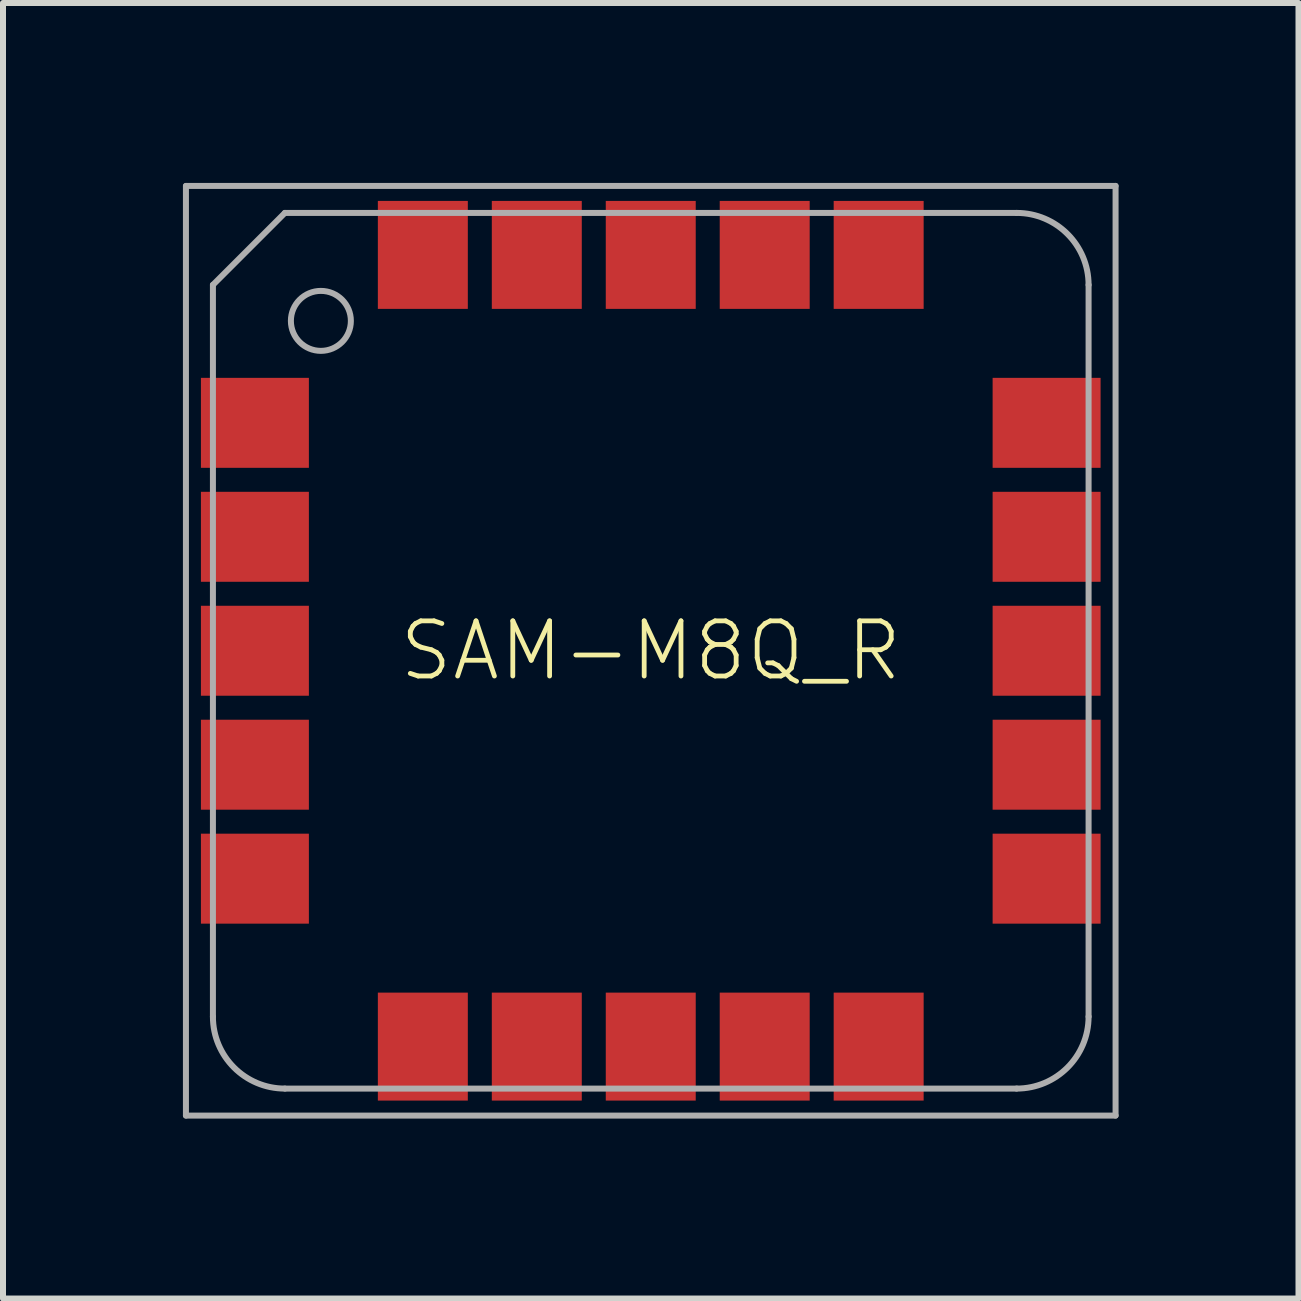
<source format=kicad_pcb>
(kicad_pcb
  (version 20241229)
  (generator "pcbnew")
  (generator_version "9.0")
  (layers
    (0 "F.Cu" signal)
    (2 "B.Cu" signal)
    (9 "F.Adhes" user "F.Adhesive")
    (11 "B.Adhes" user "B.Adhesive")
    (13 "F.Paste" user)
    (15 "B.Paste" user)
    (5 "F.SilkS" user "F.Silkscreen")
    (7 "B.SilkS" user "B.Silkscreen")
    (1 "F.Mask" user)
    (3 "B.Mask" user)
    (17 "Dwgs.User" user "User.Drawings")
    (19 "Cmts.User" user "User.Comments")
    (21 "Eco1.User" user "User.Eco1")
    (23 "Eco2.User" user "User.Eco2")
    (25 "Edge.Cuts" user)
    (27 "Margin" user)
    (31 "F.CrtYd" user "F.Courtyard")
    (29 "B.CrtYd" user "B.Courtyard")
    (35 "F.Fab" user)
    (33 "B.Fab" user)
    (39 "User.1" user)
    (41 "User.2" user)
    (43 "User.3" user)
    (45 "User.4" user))
  (footprint "SAM-M8Q_R"
    (layer "F.Cu")
    (at 7.8 7.8)
    (property "Reference" "SAM-M8Q_R" (at 0 0 0) (unlocked yes) (layer "F.SilkS") (effects (font (size 0.92 0.92) (thickness 0.08))))
    (fp_poly (pts (xy -6.74 -3.94) (xy -7.46 -3.94) (xy -7.46 -4.52) (xy -6.74 -4.52)) (stroke (width 0) (type default)) (fill yes) (layer "F.Paste"))
    (fp_poly (pts (xy -6.74 -3.08) (xy -7.46 -3.08) (xy -7.46 -3.66) (xy -6.74 -3.66)) (stroke (width 0) (type default)) (fill yes) (layer "F.Paste"))
    (fp_poly (pts (xy -6.74 -2.04) (xy -7.46 -2.04) (xy -7.46 -2.62) (xy -6.74 -2.62)) (stroke (width 0) (type default)) (fill yes) (layer "F.Paste"))
    (fp_poly (pts (xy -6.74 -1.18) (xy -7.46 -1.18) (xy -7.46 -1.76) (xy -6.74 -1.76)) (stroke (width 0) (type default)) (fill yes) (layer "F.Paste"))
    (fp_poly (pts (xy -6.74 -0.14) (xy -7.46 -0.14) (xy -7.46 -0.72) (xy -6.74 -0.72)) (stroke (width 0) (type default)) (fill yes) (layer "F.Paste"))
    (fp_poly (pts (xy -6.74 0.72) (xy -7.46 0.72) (xy -7.46 0.14) (xy -6.74 0.14)) (stroke (width 0) (type default)) (fill yes) (layer "F.Paste"))
    (fp_poly (pts (xy -6.74 1.76) (xy -7.46 1.76) (xy -7.46 1.18) (xy -6.74 1.18)) (stroke (width 0) (type default)) (fill yes) (layer "F.Paste"))
    (fp_poly (pts (xy -6.74 2.62) (xy -7.46 2.62) (xy -7.46 2.04) (xy -6.74 2.04)) (stroke (width 0) (type default)) (fill yes) (layer "F.Paste"))
    (fp_poly (pts (xy -6.74 3.66) (xy -7.46 3.66) (xy -7.46 3.08) (xy -6.74 3.08)) (stroke (width 0) (type default)) (fill yes) (layer "F.Paste"))
    (fp_poly (pts (xy -6.74 4.52) (xy -7.46 4.52) (xy -7.46 3.94) (xy -6.74 3.94)) (stroke (width 0) (type default)) (fill yes) (layer "F.Paste"))
    (fp_poly (pts (xy -5.74 -3.94) (xy -6.46 -3.94) (xy -6.46 -4.52) (xy -5.74 -4.52)) (stroke (width 0) (type default)) (fill yes) (layer "F.Paste"))
    (fp_poly (pts (xy -5.74 -3.08) (xy -6.46 -3.08) (xy -6.46 -3.66) (xy -5.74 -3.66)) (stroke (width 0) (type default)) (fill yes) (layer "F.Paste"))
    (fp_poly (pts (xy -5.74 -2.04) (xy -6.46 -2.04) (xy -6.46 -2.62) (xy -5.74 -2.62)) (stroke (width 0) (type default)) (fill yes) (layer "F.Paste"))
    (fp_poly (pts (xy -5.74 -1.18) (xy -6.46 -1.18) (xy -6.46 -1.76) (xy -5.74 -1.76)) (stroke (width 0) (type default)) (fill yes) (layer "F.Paste"))
    (fp_poly (pts (xy -5.74 -0.14) (xy -6.46 -0.14) (xy -6.46 -0.72) (xy -5.74 -0.72)) (stroke (width 0) (type default)) (fill yes) (layer "F.Paste"))
    (fp_poly (pts (xy -5.74 0.72) (xy -6.46 0.72) (xy -6.46 0.14) (xy -5.74 0.14)) (stroke (width 0) (type default)) (fill yes) (layer "F.Paste"))
    (fp_poly (pts (xy -5.74 1.76) (xy -6.46 1.76) (xy -6.46 1.18) (xy -5.74 1.18)) (stroke (width 0) (type default)) (fill yes) (layer "F.Paste"))
    (fp_poly (pts (xy -5.74 2.62) (xy -6.46 2.62) (xy -6.46 2.04) (xy -5.74 2.04)) (stroke (width 0) (type default)) (fill yes) (layer "F.Paste"))
    (fp_poly (pts (xy -5.74 3.66) (xy -6.46 3.66) (xy -6.46 3.08) (xy -5.74 3.08)) (stroke (width 0) (type default)) (fill yes) (layer "F.Paste"))
    (fp_poly (pts (xy -5.74 4.52) (xy -6.46 4.52) (xy -6.46 3.94) (xy -5.74 3.94)) (stroke (width 0) (type default)) (fill yes) (layer "F.Paste"))
    (fp_poly (pts (xy -3.94 -6.74) (xy -4.52 -6.74) (xy -4.52 -7.46) (xy -3.94 -7.46)) (stroke (width 0) (type default)) (fill yes) (layer "F.Paste"))
    (fp_poly (pts (xy -3.94 -5.74) (xy -4.52 -5.74) (xy -4.52 -6.46) (xy -3.94 -6.46)) (stroke (width 0) (type default)) (fill yes) (layer "F.Paste"))
    (fp_poly (pts (xy -3.94 6.46) (xy -4.52 6.46) (xy -4.52 5.74) (xy -3.94 5.74)) (stroke (width 0) (type default)) (fill yes) (layer "F.Paste"))
    (fp_poly (pts (xy -3.94 7.46) (xy -4.52 7.46) (xy -4.52 6.74) (xy -3.94 6.74)) (stroke (width 0) (type default)) (fill yes) (layer "F.Paste"))
    (fp_poly (pts (xy -3.08 -6.74) (xy -3.66 -6.74) (xy -3.66 -7.46) (xy -3.08 -7.46)) (stroke (width 0) (type default)) (fill yes) (layer "F.Paste"))
    (fp_poly (pts (xy -3.08 -5.74) (xy -3.66 -5.74) (xy -3.66 -6.46) (xy -3.08 -6.46)) (stroke (width 0) (type default)) (fill yes) (layer "F.Paste"))
    (fp_poly (pts (xy -3.08 6.46) (xy -3.66 6.46) (xy -3.66 5.74) (xy -3.08 5.74)) (stroke (width 0) (type default)) (fill yes) (layer "F.Paste"))
    (fp_poly (pts (xy -3.08 7.46) (xy -3.66 7.46) (xy -3.66 6.74) (xy -3.08 6.74)) (stroke (width 0) (type default)) (fill yes) (layer "F.Paste"))
    (fp_poly (pts (xy -2.04 -6.74) (xy -2.62 -6.74) (xy -2.62 -7.46) (xy -2.04 -7.46)) (stroke (width 0) (type default)) (fill yes) (layer "F.Paste"))
    (fp_poly (pts (xy -2.04 -5.74) (xy -2.62 -5.74) (xy -2.62 -6.46) (xy -2.04 -6.46)) (stroke (width 0) (type default)) (fill yes) (layer "F.Paste"))
    (fp_poly (pts (xy -2.04 6.46) (xy -2.62 6.46) (xy -2.62 5.74) (xy -2.04 5.74)) (stroke (width 0) (type default)) (fill yes) (layer "F.Paste"))
    (fp_poly (pts (xy -2.04 7.46) (xy -2.62 7.46) (xy -2.62 6.74) (xy -2.04 6.74)) (stroke (width 0) (type default)) (fill yes) (layer "F.Paste"))
    (fp_poly (pts (xy -1.18 -6.74) (xy -1.76 -6.74) (xy -1.76 -7.46) (xy -1.18 -7.46)) (stroke (width 0) (type default)) (fill yes) (layer "F.Paste"))
    (fp_poly (pts (xy -1.18 -5.74) (xy -1.76 -5.74) (xy -1.76 -6.46) (xy -1.18 -6.46)) (stroke (width 0) (type default)) (fill yes) (layer "F.Paste"))
    (fp_poly (pts (xy -1.18 6.46) (xy -1.76 6.46) (xy -1.76 5.74) (xy -1.18 5.74)) (stroke (width 0) (type default)) (fill yes) (layer "F.Paste"))
    (fp_poly (pts (xy -1.18 7.46) (xy -1.76 7.46) (xy -1.76 6.74) (xy -1.18 6.74)) (stroke (width 0) (type default)) (fill yes) (layer "F.Paste"))
    (fp_poly (pts (xy -0.14 -6.74) (xy -0.72 -6.74) (xy -0.72 -7.46) (xy -0.14 -7.46)) (stroke (width 0) (type default)) (fill yes) (layer "F.Paste"))
    (fp_poly (pts (xy -0.14 -5.74) (xy -0.72 -5.74) (xy -0.72 -6.46) (xy -0.14 -6.46)) (stroke (width 0) (type default)) (fill yes) (layer "F.Paste"))
    (fp_poly (pts (xy -0.14 6.46) (xy -0.72 6.46) (xy -0.72 5.74) (xy -0.14 5.74)) (stroke (width 0) (type default)) (fill yes) (layer "F.Paste"))
    (fp_poly (pts (xy -0.14 7.46) (xy -0.72 7.46) (xy -0.72 6.74) (xy -0.14 6.74)) (stroke (width 0) (type default)) (fill yes) (layer "F.Paste"))
    (fp_poly (pts (xy 0.72 -6.74) (xy 0.14 -6.74) (xy 0.14 -7.46) (xy 0.72 -7.46)) (stroke (width 0) (type default)) (fill yes) (layer "F.Paste"))
    (fp_poly (pts (xy 0.72 -5.74) (xy 0.14 -5.74) (xy 0.14 -6.46) (xy 0.72 -6.46)) (stroke (width 0) (type default)) (fill yes) (layer "F.Paste"))
    (fp_poly (pts (xy 0.72 6.46) (xy 0.14 6.46) (xy 0.14 5.74) (xy 0.72 5.74)) (stroke (width 0) (type default)) (fill yes) (layer "F.Paste"))
    (fp_poly (pts (xy 0.72 7.46) (xy 0.14 7.46) (xy 0.14 6.74) (xy 0.72 6.74)) (stroke (width 0) (type default)) (fill yes) (layer "F.Paste"))
    (fp_poly (pts (xy 1.76 -6.74) (xy 1.18 -6.74) (xy 1.18 -7.46) (xy 1.76 -7.46)) (stroke (width 0) (type default)) (fill yes) (layer "F.Paste"))
    (fp_poly (pts (xy 1.76 -5.74) (xy 1.18 -5.74) (xy 1.18 -6.46) (xy 1.76 -6.46)) (stroke (width 0) (type default)) (fill yes) (layer "F.Paste"))
    (fp_poly (pts (xy 1.76 6.46) (xy 1.18 6.46) (xy 1.18 5.74) (xy 1.76 5.74)) (stroke (width 0) (type default)) (fill yes) (layer "F.Paste"))
    (fp_poly (pts (xy 1.76 7.46) (xy 1.18 7.46) (xy 1.18 6.74) (xy 1.76 6.74)) (stroke (width 0) (type default)) (fill yes) (layer "F.Paste"))
    (fp_poly (pts (xy 2.62 -6.74) (xy 2.04 -6.74) (xy 2.04 -7.46) (xy 2.62 -7.46)) (stroke (width 0) (type default)) (fill yes) (layer "F.Paste"))
    (fp_poly (pts (xy 2.62 -5.74) (xy 2.04 -5.74) (xy 2.04 -6.46) (xy 2.62 -6.46)) (stroke (width 0) (type default)) (fill yes) (layer "F.Paste"))
    (fp_poly (pts (xy 2.62 6.46) (xy 2.04 6.46) (xy 2.04 5.74) (xy 2.62 5.74)) (stroke (width 0) (type default)) (fill yes) (layer "F.Paste"))
    (fp_poly (pts (xy 2.62 7.46) (xy 2.04 7.46) (xy 2.04 6.74) (xy 2.62 6.74)) (stroke (width 0) (type default)) (fill yes) (layer "F.Paste"))
    (fp_poly (pts (xy 3.66 -6.74) (xy 3.08 -6.74) (xy 3.08 -7.46) (xy 3.66 -7.46)) (stroke (width 0) (type default)) (fill yes) (layer "F.Paste"))
    (fp_poly (pts (xy 3.66 -5.74) (xy 3.08 -5.74) (xy 3.08 -6.46) (xy 3.66 -6.46)) (stroke (width 0) (type default)) (fill yes) (layer "F.Paste"))
    (fp_poly (pts (xy 3.66 6.46) (xy 3.08 6.46) (xy 3.08 5.74) (xy 3.66 5.74)) (stroke (width 0) (type default)) (fill yes) (layer "F.Paste"))
    (fp_poly (pts (xy 3.66 7.46) (xy 3.08 7.46) (xy 3.08 6.74) (xy 3.66 6.74)) (stroke (width 0) (type default)) (fill yes) (layer "F.Paste"))
    (fp_poly (pts (xy 4.52 -6.74) (xy 3.94 -6.74) (xy 3.94 -7.46) (xy 4.52 -7.46)) (stroke (width 0) (type default)) (fill yes) (layer "F.Paste"))
    (fp_poly (pts (xy 4.52 -5.74) (xy 3.94 -5.74) (xy 3.94 -6.46) (xy 4.52 -6.46)) (stroke (width 0) (type default)) (fill yes) (layer "F.Paste"))
    (fp_poly (pts (xy 4.52 6.46) (xy 3.94 6.46) (xy 3.94 5.74) (xy 4.52 5.74)) (stroke (width 0) (type default)) (fill yes) (layer "F.Paste"))
    (fp_poly (pts (xy 4.52 7.46) (xy 3.94 7.46) (xy 3.94 6.74) (xy 4.52 6.74)) (stroke (width 0) (type default)) (fill yes) (layer "F.Paste"))
    (fp_poly (pts (xy 6.46 -3.94) (xy 5.74 -3.94) (xy 5.74 -4.52) (xy 6.46 -4.52)) (stroke (width 0) (type default)) (fill yes) (layer "F.Paste"))
    (fp_poly (pts (xy 6.46 -3.08) (xy 5.74 -3.08) (xy 5.74 -3.66) (xy 6.46 -3.66)) (stroke (width 0) (type default)) (fill yes) (layer "F.Paste"))
    (fp_poly (pts (xy 6.46 -2.04) (xy 5.74 -2.04) (xy 5.74 -2.62) (xy 6.46 -2.62)) (stroke (width 0) (type default)) (fill yes) (layer "F.Paste"))
    (fp_poly (pts (xy 6.46 -1.18) (xy 5.74 -1.18) (xy 5.74 -1.76) (xy 6.46 -1.76)) (stroke (width 0) (type default)) (fill yes) (layer "F.Paste"))
    (fp_poly (pts (xy 6.46 -0.14) (xy 5.74 -0.14) (xy 5.74 -0.72) (xy 6.46 -0.72)) (stroke (width 0) (type default)) (fill yes) (layer "F.Paste"))
    (fp_poly (pts (xy 6.46 0.72) (xy 5.74 0.72) (xy 5.74 0.14) (xy 6.46 0.14)) (stroke (width 0) (type default)) (fill yes) (layer "F.Paste"))
    (fp_poly (pts (xy 6.46 1.76) (xy 5.74 1.76) (xy 5.74 1.18) (xy 6.46 1.18)) (stroke (width 0) (type default)) (fill yes) (layer "F.Paste"))
    (fp_poly (pts (xy 6.46 2.62) (xy 5.74 2.62) (xy 5.74 2.04) (xy 6.46 2.04)) (stroke (width 0) (type default)) (fill yes) (layer "F.Paste"))
    (fp_poly (pts (xy 6.46 3.66) (xy 5.74 3.66) (xy 5.74 3.08) (xy 6.46 3.08)) (stroke (width 0) (type default)) (fill yes) (layer "F.Paste"))
    (fp_poly (pts (xy 6.46 4.52) (xy 5.74 4.52) (xy 5.74 3.94) (xy 6.46 3.94)) (stroke (width 0) (type default)) (fill yes) (layer "F.Paste"))
    (fp_poly (pts (xy 7.46 -3.94) (xy 6.74 -3.94) (xy 6.74 -4.52) (xy 7.46 -4.52)) (stroke (width 0) (type default)) (fill yes) (layer "F.Paste"))
    (fp_poly (pts (xy 7.46 -3.08) (xy 6.74 -3.08) (xy 6.74 -3.66) (xy 7.46 -3.66)) (stroke (width 0) (type default)) (fill yes) (layer "F.Paste"))
    (fp_poly (pts (xy 7.46 -2.04) (xy 6.74 -2.04) (xy 6.74 -2.62) (xy 7.46 -2.62)) (stroke (width 0) (type default)) (fill yes) (layer "F.Paste"))
    (fp_poly (pts (xy 7.46 -1.18) (xy 6.74 -1.18) (xy 6.74 -1.76) (xy 7.46 -1.76)) (stroke (width 0) (type default)) (fill yes) (layer "F.Paste"))
    (fp_poly (pts (xy 7.46 -0.14) (xy 6.74 -0.14) (xy 6.74 -0.72) (xy 7.46 -0.72)) (stroke (width 0) (type default)) (fill yes) (layer "F.Paste"))
    (fp_poly (pts (xy 7.46 0.72) (xy 6.74 0.72) (xy 6.74 0.14) (xy 7.46 0.14)) (stroke (width 0) (type default)) (fill yes) (layer "F.Paste"))
    (fp_poly (pts (xy 7.46 1.76) (xy 6.74 1.76) (xy 6.74 1.18) (xy 7.46 1.18)) (stroke (width 0) (type default)) (fill yes) (layer "F.Paste"))
    (fp_poly (pts (xy 7.46 2.62) (xy 6.74 2.62) (xy 6.74 2.04) (xy 7.46 2.04)) (stroke (width 0) (type default)) (fill yes) (layer "F.Paste"))
    (fp_poly (pts (xy 7.46 3.66) (xy 6.74 3.66) (xy 6.74 3.08) (xy 7.46 3.08)) (stroke (width 0) (type default)) (fill yes) (layer "F.Paste"))
    (fp_poly (pts (xy 7.46 4.52) (xy 6.74 4.52) (xy 6.74 3.94) (xy 7.46 3.94)) (stroke (width 0) (type default)) (fill yes) (layer "F.Paste"))
    (fp_line (start -7.75 -7.75) (end 7.75 -7.75) (stroke (width 0.1) (type solid)) (layer "F.Fab"))
    (fp_line (start -7.75 7.75) (end -7.75 -7.75) (stroke (width 0.1) (type solid)) (layer "F.Fab"))
    (fp_line (start -7.3 -6.1) (end -6.1 -7.3) (stroke (width 0.1) (type solid)) (layer "F.Fab"))
    (fp_line (start -7.3 6.1) (end -7.3 -6.1) (stroke (width 0.1) (type solid)) (layer "F.Fab"))
    (fp_line (start -6.1 -7.3) (end 6.1 -7.3) (stroke (width 0.1) (type solid)) (layer "F.Fab"))
    (fp_line (start 6.1 7.3) (end -6.1 7.3) (stroke (width 0.1) (type solid)) (layer "F.Fab"))
    (fp_line (start 7.3 -6.1) (end 7.3 6.1) (stroke (width 0.1) (type solid)) (layer "F.Fab"))
    (fp_line (start 7.75 -7.75) (end 7.75 7.75) (stroke (width 0.1) (type solid)) (layer "F.Fab"))
    (fp_line (start 7.75 7.75) (end -7.75 7.75) (stroke (width 0.1) (type solid)) (layer "F.Fab"))
    (fp_arc (start -6.1 7.3) (mid -6.948528 6.948528) (end -7.3 6.1) (stroke (width 0.1) (type solid)) (layer "F.Fab"))
    (fp_arc (start 6.1 -7.3) (mid 6.948528 -6.948528) (end 7.3 -6.1) (stroke (width 0.1) (type solid)) (layer "F.Fab"))
    (fp_arc (start 7.3 6.1) (mid 6.948528 6.948528) (end 6.1 7.3) (stroke (width 0.1) (type solid)) (layer "F.Fab"))
    (fp_circle (center -5.5 -5.5) (end -5 -5.5) (stroke (width 0.1) (type solid)) (fill no) (layer "F.Fab"))
    (pad "1" smd rect (at -6.6 -3.8) (size 1.8 1.5) (layers "F.Cu" "F.Mask"))
    (pad "2" smd rect (at -6.6 -1.9) (size 1.8 1.5) (layers "F.Cu" "F.Mask"))
    (pad "3" smd rect (at -6.6 0) (size 1.8 1.5) (layers "F.Cu" "F.Mask"))
    (pad "4" smd rect (at -6.6 1.9) (size 1.8 1.5) (layers "F.Cu" "F.Mask"))
    (pad "5" smd rect (at -6.6 3.8) (size 1.8 1.5) (layers "F.Cu" "F.Mask"))
    (pad "6" smd rect (at -3.8 6.6 90) (size 1.8 1.5) (layers "F.Cu" "F.Mask"))
    (pad "7" smd rect (at -1.9 6.6 90) (size 1.8 1.5) (layers "F.Cu" "F.Mask"))
    (pad "8" smd rect (at 0 6.6 90) (size 1.8 1.5) (layers "F.Cu" "F.Mask"))
    (pad "9" smd rect (at 1.9 6.6 90) (size 1.8 1.5) (layers "F.Cu" "F.Mask"))
    (pad "10" smd rect (at 3.8 6.6 90) (size 1.8 1.5) (layers "F.Cu" "F.Mask"))
    (pad "11" smd rect (at 6.6 3.8 180) (size 1.8 1.5) (layers "F.Cu" "F.Mask"))
    (pad "12" smd rect (at 6.6 1.9 180) (size 1.8 1.5) (layers "F.Cu" "F.Mask"))
    (pad "13" smd rect (at 6.6 0 180) (size 1.8 1.5) (layers "F.Cu" "F.Mask"))
    (pad "14" smd rect (at 6.6 -1.9 180) (size 1.8 1.5) (layers "F.Cu" "F.Mask"))
    (pad "15" smd rect (at 6.6 -3.8 180) (size 1.8 1.5) (layers "F.Cu" "F.Mask"))
    (pad "16" smd rect (at 3.8 -6.6 270) (size 1.8 1.5) (layers "F.Cu" "F.Mask"))
    (pad "17" smd rect (at 1.9 -6.6 270) (size 1.8 1.5) (layers "F.Cu" "F.Mask"))
    (pad "18" smd rect (at 0 -6.6 270) (size 1.8 1.5) (layers "F.Cu" "F.Mask"))
    (pad "19" smd rect (at -1.9 -6.6 270) (size 1.8 1.5) (layers "F.Cu" "F.Mask"))
    (pad "20" smd rect (at -3.8 -6.6 270) (size 1.8 1.5) (layers "F.Cu" "F.Mask")))
  (gr_rect
    (start -3 -3)
    (end 18.6 18.6)
    (stroke (width 0.1) (type default))
    (fill no)
    (layer "Edge.Cuts")))
</source>
